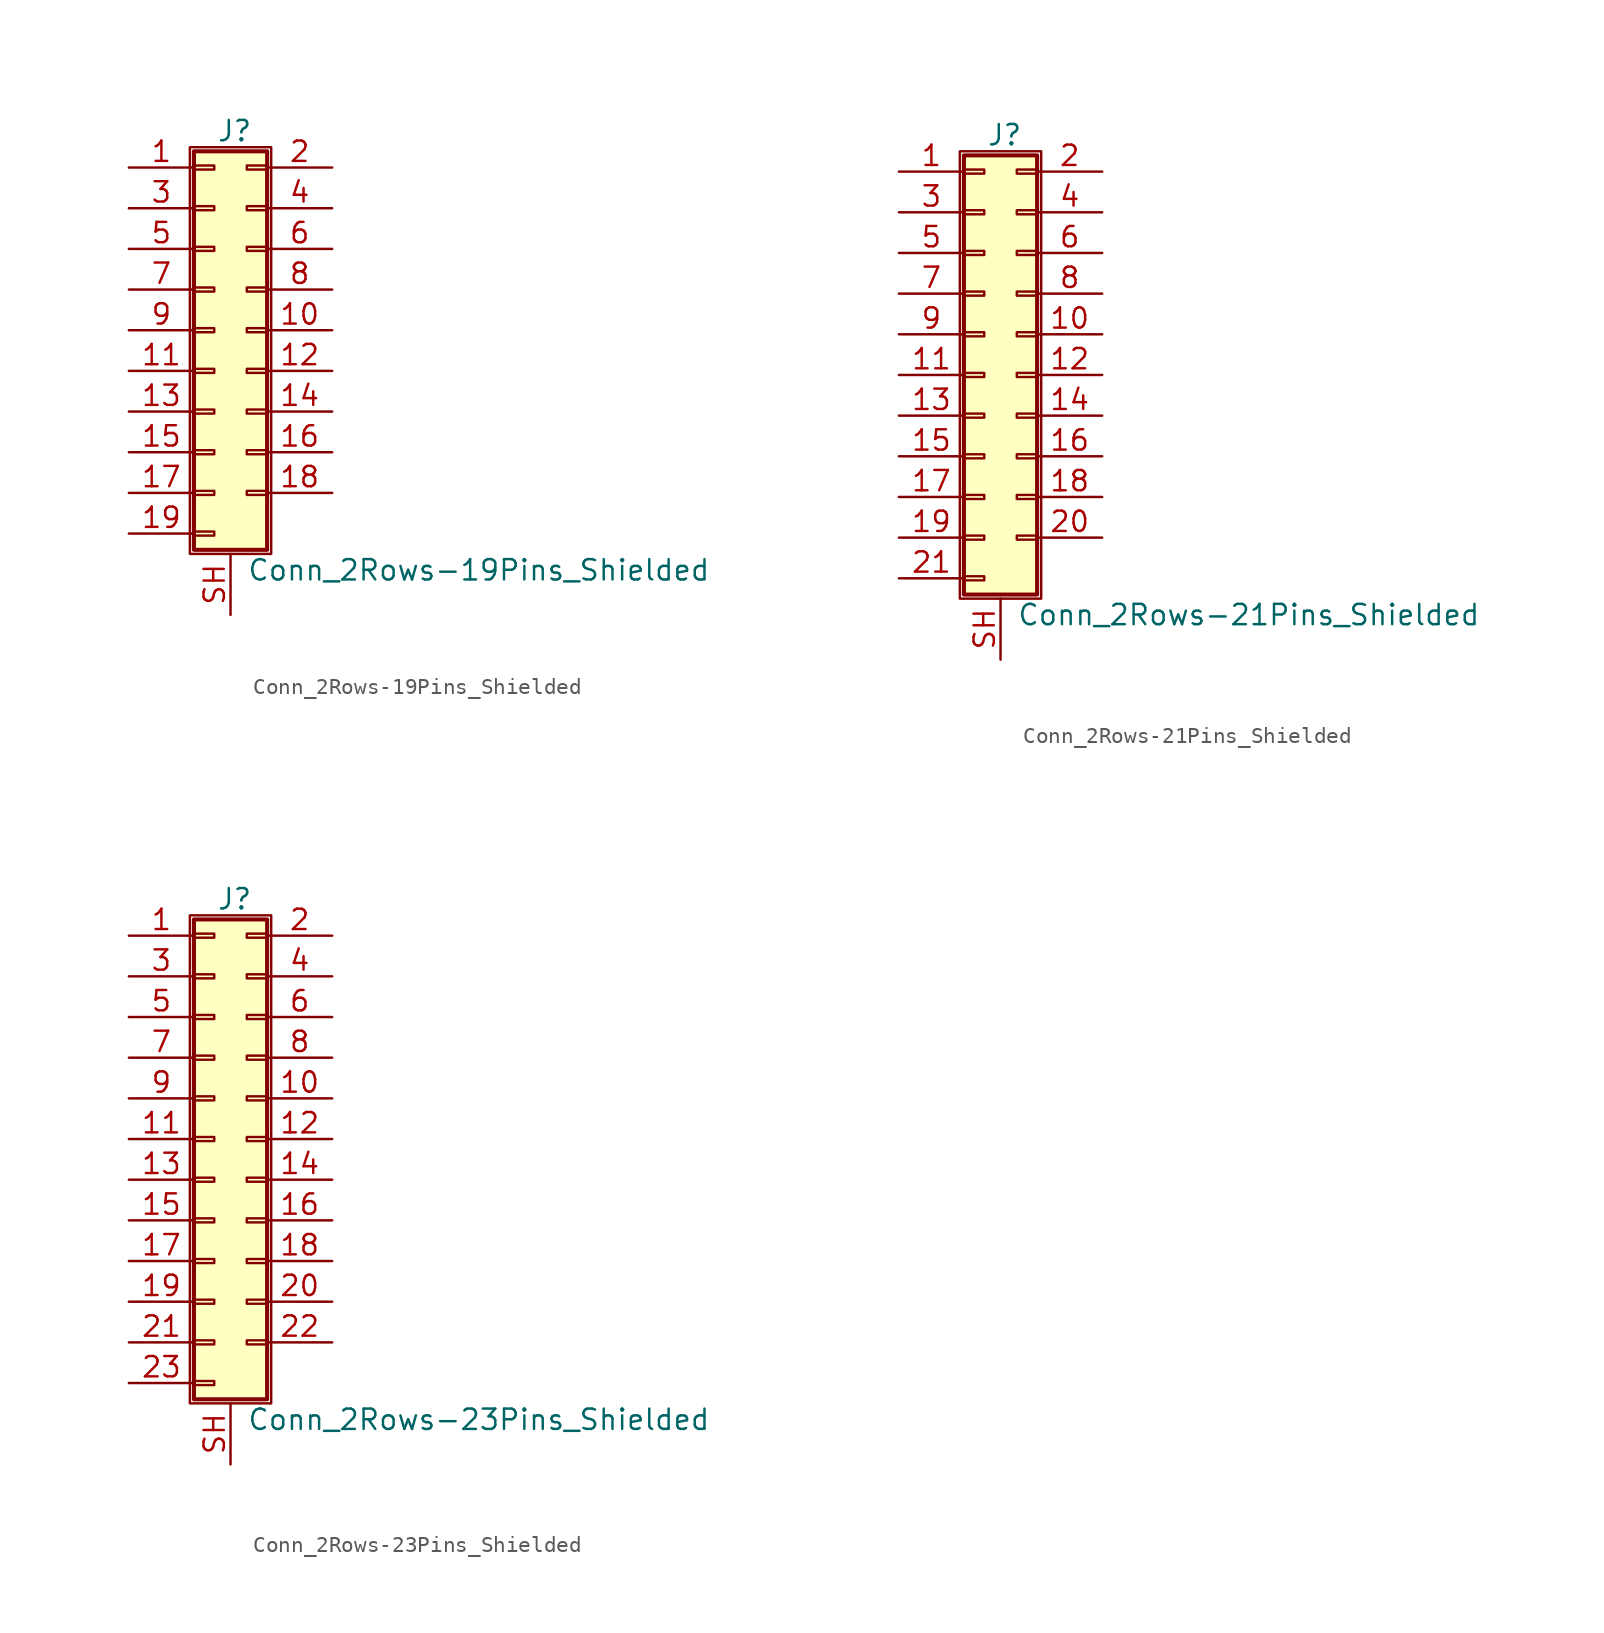
<source format=kicad_sym>
(kicad_symbol_lib
  (version 20220914)
  (generator kicad_symbol_editor)
  (symbol "Conn_2Rows-19Pins_Shielded"
    (pin_names
      (offset 1.016) hide)
    (property "Reference" "J"
      (at 1.524 12.446 0)
      (effects (font (size 1.27 1.27))))
    (property "Value" "Conn_2Rows-19Pins_Shielded"
      (at 2.286 -14.986 0)
      (effects (font (size 1.27 1.27)) (justify left)))
    (symbol "Conn_2Rows-19Pins_Shielded_1_1"
      (rectangle (start -1.27 11.43) (end 3.81 -13.97) (stroke (width 0.152) (type default)) (fill (type none)))
      (rectangle (start -1.016 -12.573) (end 0.254 -12.827) (stroke (width 0.152) (type default)) (fill (type none)))
      (rectangle (start -1.016 -10.033) (end 0.254 -10.287) (stroke (width 0.152) (type default)) (fill (type none)))
      (rectangle (start -1.016 -7.493) (end 0.254 -7.747) (stroke (width 0.152) (type default)) (fill (type none)))
      (rectangle (start -1.016 -4.953) (end 0.254 -5.207) (stroke (width 0.152) (type default)) (fill (type none)))
      (rectangle (start -1.016 -2.413) (end 0.254 -2.667) (stroke (width 0.152) (type default)) (fill (type none)))
      (rectangle (start -1.016 0.127) (end 0.254 -0.127) (stroke (width 0.152) (type default)) (fill (type none)))
      (rectangle (start -1.016 2.667) (end 0.254 2.413) (stroke (width 0.152) (type default)) (fill (type none)))
      (rectangle (start -1.016 5.207) (end 0.254 4.953) (stroke (width 0.152) (type default)) (fill (type none)))
      (rectangle (start -1.016 7.747) (end 0.254 7.493) (stroke (width 0.152) (type default)) (fill (type none)))
      (rectangle (start -1.016 10.287) (end 0.254 10.033) (stroke (width 0.152) (type default)) (fill (type none)))
      (rectangle (start -1.016 11.176) (end 3.556 -13.716) (stroke (width 0.254) (type default)) (fill (type background)))
      (rectangle (start 3.556 -10.033) (end 2.286 -10.287) (stroke (width 0.152) (type default)) (fill (type none)))
      (rectangle (start 3.556 -7.493) (end 2.286 -7.747) (stroke (width 0.152) (type default)) (fill (type none)))
      (rectangle (start 3.556 -4.953) (end 2.286 -5.207) (stroke (width 0.152) (type default)) (fill (type none)))
      (rectangle (start 3.556 -2.413) (end 2.286 -2.667) (stroke (width 0.152) (type default)) (fill (type none)))
      (rectangle (start 3.556 0.127) (end 2.286 -0.127) (stroke (width 0.152) (type default)) (fill (type none)))
      (rectangle (start 3.556 2.667) (end 2.286 2.413) (stroke (width 0.152) (type default)) (fill (type none)))
      (rectangle (start 3.556 5.207) (end 2.286 4.953) (stroke (width 0.152) (type default)) (fill (type none)))
      (rectangle (start 3.556 7.747) (end 2.286 7.493) (stroke (width 0.152) (type default)) (fill (type none)))
      (rectangle (start 3.556 10.287) (end 2.286 10.033) (stroke (width 0.152) (type default)) (fill (type none)))
      (pin passive line (at -5.08 10.16 0) (length 4.064) (name "Pin_1" (effects (font (size 1.27 1.27)))) (number "1" (effects (font (size 1.27 1.27)))))
      (pin passive line (at 7.62 0 180) (length 4.064) (name "Pin_10" (effects (font (size 1.27 1.27)))) (number "10" (effects (font (size 1.27 1.27)))))
      (pin passive line (at -5.08 -2.54 0) (length 4.064) (name "Pin_11" (effects (font (size 1.27 1.27)))) (number "11" (effects (font (size 1.27 1.27)))))
      (pin passive line (at 7.62 -2.54 180) (length 4.064) (name "Pin_12" (effects (font (size 1.27 1.27)))) (number "12" (effects (font (size 1.27 1.27)))))
      (pin passive line (at -5.08 -5.08 0) (length 4.064) (name "Pin_13" (effects (font (size 1.27 1.27)))) (number "13" (effects (font (size 1.27 1.27)))))
      (pin passive line (at 7.62 -5.08 180) (length 4.064) (name "Pin_14" (effects (font (size 1.27 1.27)))) (number "14" (effects (font (size 1.27 1.27)))))
      (pin passive line (at -5.08 -7.62 0) (length 4.064) (name "Pin_15" (effects (font (size 1.27 1.27)))) (number "15" (effects (font (size 1.27 1.27)))))
      (pin passive line (at 7.62 -7.62 180) (length 4.064) (name "Pin_16" (effects (font (size 1.27 1.27)))) (number "16" (effects (font (size 1.27 1.27)))))
      (pin passive line (at -5.08 -10.16 0) (length 4.064) (name "Pin_17" (effects (font (size 1.27 1.27)))) (number "17" (effects (font (size 1.27 1.27)))))
      (pin passive line (at 7.62 -10.16 180) (length 4.064) (name "Pin_18" (effects (font (size 1.27 1.27)))) (number "18" (effects (font (size 1.27 1.27)))))
      (pin passive line (at -5.08 -12.7 0) (length 4.064) (name "Pin_19" (effects (font (size 1.27 1.27)))) (number "19" (effects (font (size 1.27 1.27)))))
      (pin passive line (at 7.62 10.16 180) (length 4.064) (name "Pin_2" (effects (font (size 1.27 1.27)))) (number "2" (effects (font (size 1.27 1.27)))))
      (pin passive line (at -5.08 7.62 0) (length 4.064) (name "Pin_3" (effects (font (size 1.27 1.27)))) (number "3" (effects (font (size 1.27 1.27)))))
      (pin passive line (at 7.62 7.62 180) (length 4.064) (name "Pin_4" (effects (font (size 1.27 1.27)))) (number "4" (effects (font (size 1.27 1.27)))))
      (pin passive line (at -5.08 5.08 0) (length 4.064) (name "Pin_5" (effects (font (size 1.27 1.27)))) (number "5" (effects (font (size 1.27 1.27)))))
      (pin passive line (at 7.62 5.08 180) (length 4.064) (name "Pin_6" (effects (font (size 1.27 1.27)))) (number "6" (effects (font (size 1.27 1.27)))))
      (pin passive line (at -5.08 2.54 0) (length 4.064) (name "Pin_7" (effects (font (size 1.27 1.27)))) (number "7" (effects (font (size 1.27 1.27)))))
      (pin passive line (at 7.62 2.54 180) (length 4.064) (name "Pin_8" (effects (font (size 1.27 1.27)))) (number "8" (effects (font (size 1.27 1.27)))))
      (pin passive line (at -5.08 0 0) (length 4.064) (name "Pin_9" (effects (font (size 1.27 1.27)))) (number "9" (effects (font (size 1.27 1.27)))))
      (pin passive line (at 1.27 -17.78 90) (length 3.81) (name "Shield" (effects (font (size 1.27 1.27)))) (number "SH" (effects (font (size 1.27 1.27)))))))
  (symbol "Conn_2Rows-21Pins_Shielded"
    (pin_names
      (offset 1.016) hide)
    (property "Reference" "J"
      (at 1.524 14.986 0)
      (effects (font (size 1.27 1.27))))
    (property "Value" "Conn_2Rows-21Pins_Shielded"
      (at 2.286 -14.986 0)
      (effects (font (size 1.27 1.27)) (justify left)))
    (symbol "Conn_2Rows-21Pins_Shielded_1_1"
      (rectangle (start -1.27 13.97) (end 3.81 -13.97) (stroke (width 0.152) (type default)) (fill (type none)))
      (rectangle (start -1.016 -12.573) (end 0.254 -12.827) (stroke (width 0.152) (type default)) (fill (type none)))
      (rectangle (start -1.016 -10.033) (end 0.254 -10.287) (stroke (width 0.152) (type default)) (fill (type none)))
      (rectangle (start -1.016 -7.493) (end 0.254 -7.747) (stroke (width 0.152) (type default)) (fill (type none)))
      (rectangle (start -1.016 -4.953) (end 0.254 -5.207) (stroke (width 0.152) (type default)) (fill (type none)))
      (rectangle (start -1.016 -2.413) (end 0.254 -2.667) (stroke (width 0.152) (type default)) (fill (type none)))
      (rectangle (start -1.016 0.127) (end 0.254 -0.127) (stroke (width 0.152) (type default)) (fill (type none)))
      (rectangle (start -1.016 2.667) (end 0.254 2.413) (stroke (width 0.152) (type default)) (fill (type none)))
      (rectangle (start -1.016 5.207) (end 0.254 4.953) (stroke (width 0.152) (type default)) (fill (type none)))
      (rectangle (start -1.016 7.747) (end 0.254 7.493) (stroke (width 0.152) (type default)) (fill (type none)))
      (rectangle (start -1.016 10.287) (end 0.254 10.033) (stroke (width 0.152) (type default)) (fill (type none)))
      (rectangle (start -1.016 12.827) (end 0.254 12.573) (stroke (width 0.152) (type default)) (fill (type none)))
      (rectangle (start -1.016 13.716) (end 3.556 -13.716) (stroke (width 0.254) (type default)) (fill (type background)))
      (rectangle (start 3.556 -10.033) (end 2.286 -10.287) (stroke (width 0.152) (type default)) (fill (type none)))
      (rectangle (start 3.556 -7.493) (end 2.286 -7.747) (stroke (width 0.152) (type default)) (fill (type none)))
      (rectangle (start 3.556 -4.953) (end 2.286 -5.207) (stroke (width 0.152) (type default)) (fill (type none)))
      (rectangle (start 3.556 -2.413) (end 2.286 -2.667) (stroke (width 0.152) (type default)) (fill (type none)))
      (rectangle (start 3.556 0.127) (end 2.286 -0.127) (stroke (width 0.152) (type default)) (fill (type none)))
      (rectangle (start 3.556 2.667) (end 2.286 2.413) (stroke (width 0.152) (type default)) (fill (type none)))
      (rectangle (start 3.556 5.207) (end 2.286 4.953) (stroke (width 0.152) (type default)) (fill (type none)))
      (rectangle (start 3.556 7.747) (end 2.286 7.493) (stroke (width 0.152) (type default)) (fill (type none)))
      (rectangle (start 3.556 10.287) (end 2.286 10.033) (stroke (width 0.152) (type default)) (fill (type none)))
      (rectangle (start 3.556 12.827) (end 2.286 12.573) (stroke (width 0.152) (type default)) (fill (type none)))
      (pin passive line (at -5.08 12.7 0) (length 4.064) (name "Pin_1" (effects (font (size 1.27 1.27)))) (number "1" (effects (font (size 1.27 1.27)))))
      (pin passive line (at 7.62 2.54 180) (length 4.064) (name "Pin_10" (effects (font (size 1.27 1.27)))) (number "10" (effects (font (size 1.27 1.27)))))
      (pin passive line (at -5.08 0 0) (length 4.064) (name "Pin_11" (effects (font (size 1.27 1.27)))) (number "11" (effects (font (size 1.27 1.27)))))
      (pin passive line (at 7.62 0 180) (length 4.064) (name "Pin_12" (effects (font (size 1.27 1.27)))) (number "12" (effects (font (size 1.27 1.27)))))
      (pin passive line (at -5.08 -2.54 0) (length 4.064) (name "Pin_13" (effects (font (size 1.27 1.27)))) (number "13" (effects (font (size 1.27 1.27)))))
      (pin passive line (at 7.62 -2.54 180) (length 4.064) (name "Pin_14" (effects (font (size 1.27 1.27)))) (number "14" (effects (font (size 1.27 1.27)))))
      (pin passive line (at -5.08 -5.08 0) (length 4.064) (name "Pin_15" (effects (font (size 1.27 1.27)))) (number "15" (effects (font (size 1.27 1.27)))))
      (pin passive line (at 7.62 -5.08 180) (length 4.064) (name "Pin_16" (effects (font (size 1.27 1.27)))) (number "16" (effects (font (size 1.27 1.27)))))
      (pin passive line (at -5.08 -7.62 0) (length 4.064) (name "Pin_17" (effects (font (size 1.27 1.27)))) (number "17" (effects (font (size 1.27 1.27)))))
      (pin passive line (at 7.62 -7.62 180) (length 4.064) (name "Pin_18" (effects (font (size 1.27 1.27)))) (number "18" (effects (font (size 1.27 1.27)))))
      (pin passive line (at -5.08 -10.16 0) (length 4.064) (name "Pin_19" (effects (font (size 1.27 1.27)))) (number "19" (effects (font (size 1.27 1.27)))))
      (pin passive line (at 7.62 12.7 180) (length 4.064) (name "Pin_2" (effects (font (size 1.27 1.27)))) (number "2" (effects (font (size 1.27 1.27)))))
      (pin passive line (at 7.62 -10.16 180) (length 4.064) (name "Pin_20" (effects (font (size 1.27 1.27)))) (number "20" (effects (font (size 1.27 1.27)))))
      (pin passive line (at -5.08 -12.7 0) (length 4.064) (name "Pin_21" (effects (font (size 1.27 1.27)))) (number "21" (effects (font (size 1.27 1.27)))))
      (pin passive line (at -5.08 10.16 0) (length 4.064) (name "Pin_3" (effects (font (size 1.27 1.27)))) (number "3" (effects (font (size 1.27 1.27)))))
      (pin passive line (at 7.62 10.16 180) (length 4.064) (name "Pin_4" (effects (font (size 1.27 1.27)))) (number "4" (effects (font (size 1.27 1.27)))))
      (pin passive line (at -5.08 7.62 0) (length 4.064) (name "Pin_5" (effects (font (size 1.27 1.27)))) (number "5" (effects (font (size 1.27 1.27)))))
      (pin passive line (at 7.62 7.62 180) (length 4.064) (name "Pin_6" (effects (font (size 1.27 1.27)))) (number "6" (effects (font (size 1.27 1.27)))))
      (pin passive line (at -5.08 5.08 0) (length 4.064) (name "Pin_7" (effects (font (size 1.27 1.27)))) (number "7" (effects (font (size 1.27 1.27)))))
      (pin passive line (at 7.62 5.08 180) (length 4.064) (name "Pin_8" (effects (font (size 1.27 1.27)))) (number "8" (effects (font (size 1.27 1.27)))))
      (pin passive line (at -5.08 2.54 0) (length 4.064) (name "Pin_9" (effects (font (size 1.27 1.27)))) (number "9" (effects (font (size 1.27 1.27)))))
      (pin passive line (at 1.27 -17.78 90) (length 3.81) (name "Shield" (effects (font (size 1.27 1.27)))) (number "SH" (effects (font (size 1.27 1.27)))))))
  (symbol "Conn_2Rows-23Pins_Shielded"
    (pin_names
      (offset 1.016) hide)
    (property "Reference" "J"
      (at 1.524 14.986 0)
      (effects (font (size 1.27 1.27))))
    (property "Value" "Conn_2Rows-23Pins_Shielded"
      (at 2.286 -17.526 0)
      (effects (font (size 1.27 1.27)) (justify left)))
    (symbol "Conn_2Rows-23Pins_Shielded_1_1"
      (rectangle (start -1.27 13.97) (end 3.81 -16.51) (stroke (width 0.152) (type default)) (fill (type none)))
      (rectangle (start -1.016 -15.113) (end 0.254 -15.367) (stroke (width 0.152) (type default)) (fill (type none)))
      (rectangle (start -1.016 -12.573) (end 0.254 -12.827) (stroke (width 0.152) (type default)) (fill (type none)))
      (rectangle (start -1.016 -10.033) (end 0.254 -10.287) (stroke (width 0.152) (type default)) (fill (type none)))
      (rectangle (start -1.016 -7.493) (end 0.254 -7.747) (stroke (width 0.152) (type default)) (fill (type none)))
      (rectangle (start -1.016 -4.953) (end 0.254 -5.207) (stroke (width 0.152) (type default)) (fill (type none)))
      (rectangle (start -1.016 -2.413) (end 0.254 -2.667) (stroke (width 0.152) (type default)) (fill (type none)))
      (rectangle (start -1.016 0.127) (end 0.254 -0.127) (stroke (width 0.152) (type default)) (fill (type none)))
      (rectangle (start -1.016 2.667) (end 0.254 2.413) (stroke (width 0.152) (type default)) (fill (type none)))
      (rectangle (start -1.016 5.207) (end 0.254 4.953) (stroke (width 0.152) (type default)) (fill (type none)))
      (rectangle (start -1.016 7.747) (end 0.254 7.493) (stroke (width 0.152) (type default)) (fill (type none)))
      (rectangle (start -1.016 10.287) (end 0.254 10.033) (stroke (width 0.152) (type default)) (fill (type none)))
      (rectangle (start -1.016 12.827) (end 0.254 12.573) (stroke (width 0.152) (type default)) (fill (type none)))
      (rectangle (start -1.016 13.716) (end 3.556 -16.256) (stroke (width 0.254) (type default)) (fill (type background)))
      (rectangle (start 3.556 -12.573) (end 2.286 -12.827) (stroke (width 0.152) (type default)) (fill (type none)))
      (rectangle (start 3.556 -10.033) (end 2.286 -10.287) (stroke (width 0.152) (type default)) (fill (type none)))
      (rectangle (start 3.556 -7.493) (end 2.286 -7.747) (stroke (width 0.152) (type default)) (fill (type none)))
      (rectangle (start 3.556 -4.953) (end 2.286 -5.207) (stroke (width 0.152) (type default)) (fill (type none)))
      (rectangle (start 3.556 -2.413) (end 2.286 -2.667) (stroke (width 0.152) (type default)) (fill (type none)))
      (rectangle (start 3.556 0.127) (end 2.286 -0.127) (stroke (width 0.152) (type default)) (fill (type none)))
      (rectangle (start 3.556 2.667) (end 2.286 2.413) (stroke (width 0.152) (type default)) (fill (type none)))
      (rectangle (start 3.556 5.207) (end 2.286 4.953) (stroke (width 0.152) (type default)) (fill (type none)))
      (rectangle (start 3.556 7.747) (end 2.286 7.493) (stroke (width 0.152) (type default)) (fill (type none)))
      (rectangle (start 3.556 10.287) (end 2.286 10.033) (stroke (width 0.152) (type default)) (fill (type none)))
      (rectangle (start 3.556 12.827) (end 2.286 12.573) (stroke (width 0.152) (type default)) (fill (type none)))
      (pin passive line (at -5.08 12.7 0) (length 4.064) (name "Pin_1" (effects (font (size 1.27 1.27)))) (number "1" (effects (font (size 1.27 1.27)))))
      (pin passive line (at 7.62 2.54 180) (length 4.064) (name "Pin_10" (effects (font (size 1.27 1.27)))) (number "10" (effects (font (size 1.27 1.27)))))
      (pin passive line (at -5.08 0 0) (length 4.064) (name "Pin_11" (effects (font (size 1.27 1.27)))) (number "11" (effects (font (size 1.27 1.27)))))
      (pin passive line (at 7.62 0 180) (length 4.064) (name "Pin_12" (effects (font (size 1.27 1.27)))) (number "12" (effects (font (size 1.27 1.27)))))
      (pin passive line (at -5.08 -2.54 0) (length 4.064) (name "Pin_13" (effects (font (size 1.27 1.27)))) (number "13" (effects (font (size 1.27 1.27)))))
      (pin passive line (at 7.62 -2.54 180) (length 4.064) (name "Pin_14" (effects (font (size 1.27 1.27)))) (number "14" (effects (font (size 1.27 1.27)))))
      (pin passive line (at -5.08 -5.08 0) (length 4.064) (name "Pin_15" (effects (font (size 1.27 1.27)))) (number "15" (effects (font (size 1.27 1.27)))))
      (pin passive line (at 7.62 -5.08 180) (length 4.064) (name "Pin_16" (effects (font (size 1.27 1.27)))) (number "16" (effects (font (size 1.27 1.27)))))
      (pin passive line (at -5.08 -7.62 0) (length 4.064) (name "Pin_17" (effects (font (size 1.27 1.27)))) (number "17" (effects (font (size 1.27 1.27)))))
      (pin passive line (at 7.62 -7.62 180) (length 4.064) (name "Pin_18" (effects (font (size 1.27 1.27)))) (number "18" (effects (font (size 1.27 1.27)))))
      (pin passive line (at -5.08 -10.16 0) (length 4.064) (name "Pin_19" (effects (font (size 1.27 1.27)))) (number "19" (effects (font (size 1.27 1.27)))))
      (pin passive line (at 7.62 12.7 180) (length 4.064) (name "Pin_2" (effects (font (size 1.27 1.27)))) (number "2" (effects (font (size 1.27 1.27)))))
      (pin passive line (at 7.62 -10.16 180) (length 4.064) (name "Pin_20" (effects (font (size 1.27 1.27)))) (number "20" (effects (font (size 1.27 1.27)))))
      (pin passive line (at -5.08 -12.7 0) (length 4.064) (name "Pin_21" (effects (font (size 1.27 1.27)))) (number "21" (effects (font (size 1.27 1.27)))))
      (pin passive line (at 7.62 -12.7 180) (length 4.064) (name "Pin_22" (effects (font (size 1.27 1.27)))) (number "22" (effects (font (size 1.27 1.27)))))
      (pin passive line (at -5.08 -15.24 0) (length 4.064) (name "Pin_23" (effects (font (size 1.27 1.27)))) (number "23" (effects (font (size 1.27 1.27)))))
      (pin passive line (at -5.08 10.16 0) (length 4.064) (name "Pin_3" (effects (font (size 1.27 1.27)))) (number "3" (effects (font (size 1.27 1.27)))))
      (pin passive line (at 7.62 10.16 180) (length 4.064) (name "Pin_4" (effects (font (size 1.27 1.27)))) (number "4" (effects (font (size 1.27 1.27)))))
      (pin passive line (at -5.08 7.62 0) (length 4.064) (name "Pin_5" (effects (font (size 1.27 1.27)))) (number "5" (effects (font (size 1.27 1.27)))))
      (pin passive line (at 7.62 7.62 180) (length 4.064) (name "Pin_6" (effects (font (size 1.27 1.27)))) (number "6" (effects (font (size 1.27 1.27)))))
      (pin passive line (at -5.08 5.08 0) (length 4.064) (name "Pin_7" (effects (font (size 1.27 1.27)))) (number "7" (effects (font (size 1.27 1.27)))))
      (pin passive line (at 7.62 5.08 180) (length 4.064) (name "Pin_8" (effects (font (size 1.27 1.27)))) (number "8" (effects (font (size 1.27 1.27)))))
      (pin passive line (at -5.08 2.54 0) (length 4.064) (name "Pin_9" (effects (font (size 1.27 1.27)))) (number "9" (effects (font (size 1.27 1.27)))))
      (pin passive line (at 1.27 -20.32 90) (length 3.81) (name "Shield" (effects (font (size 1.27 1.27)))) (number "SH" (effects (font (size 1.27 1.27))))))))
</source>
